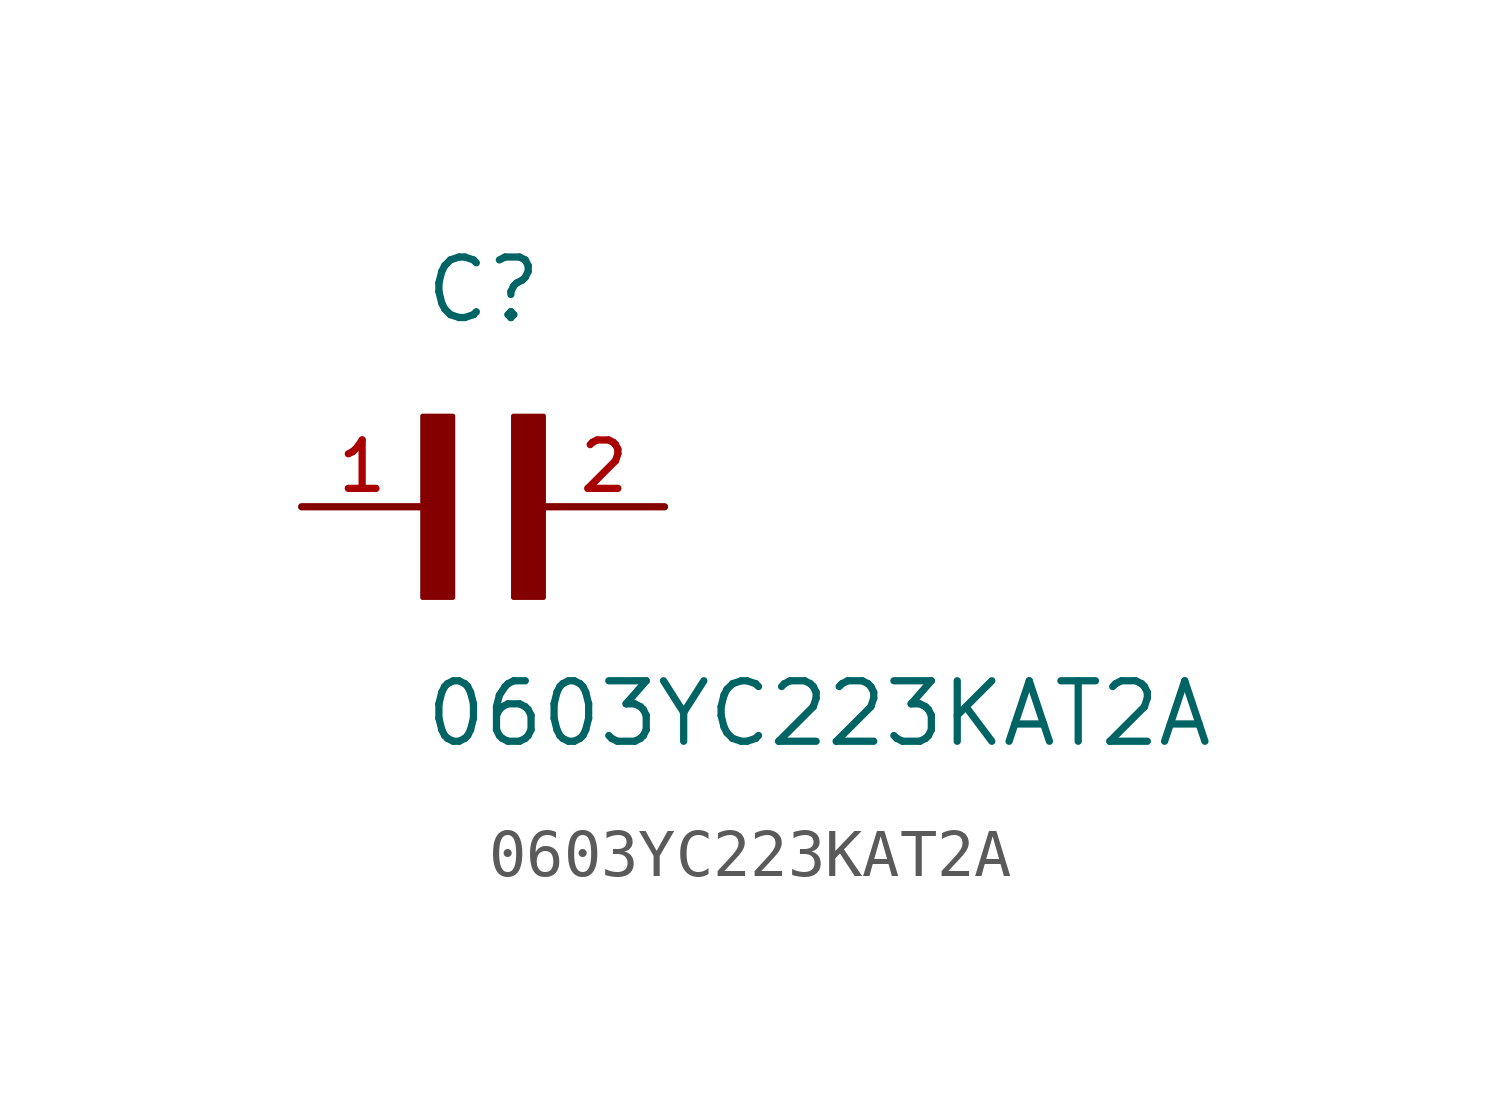
<source format=kicad_sym>
(kicad_symbol_lib
  (version 20211014)
  (generator kicad_symbol_editor)
  (symbol "0603YC223KAT2A"
    (pin_names
      (offset 1.016))
    (property "Reference" "C"
      (at 0.0 3.811 0)
      (effects (font (size 1.27 1.27)) (justify bottom left)))
    (property "Value" "0603YC223KAT2A"
      (at 0.0 -5.088 0)
      (effects (font (size 1.27 1.27)) (justify bottom left)))
    (symbol "0603YC223KAT2A_0_0"
      (rectangle (start 0.0 -1.907) (end 0.635 1.905) (stroke (width 0.1)) (fill (type outline)))
      (rectangle (start 1.907 -1.907) (end 2.54 1.905) (stroke (width 0.1)) (fill (type outline)))
      (pin passive line (at 5.08 0.0 180.0) (length 2.54) (name "~" (effects (font (size 1.016 1.016)))) (number "2" (effects (font (size 1.016 1.016)))))
      (pin passive line (at -2.54 0.0 0) (length 2.54) (name "~" (effects (font (size 1.016 1.016)))) (number "1" (effects (font (size 1.016 1.016))))))))
</source>
